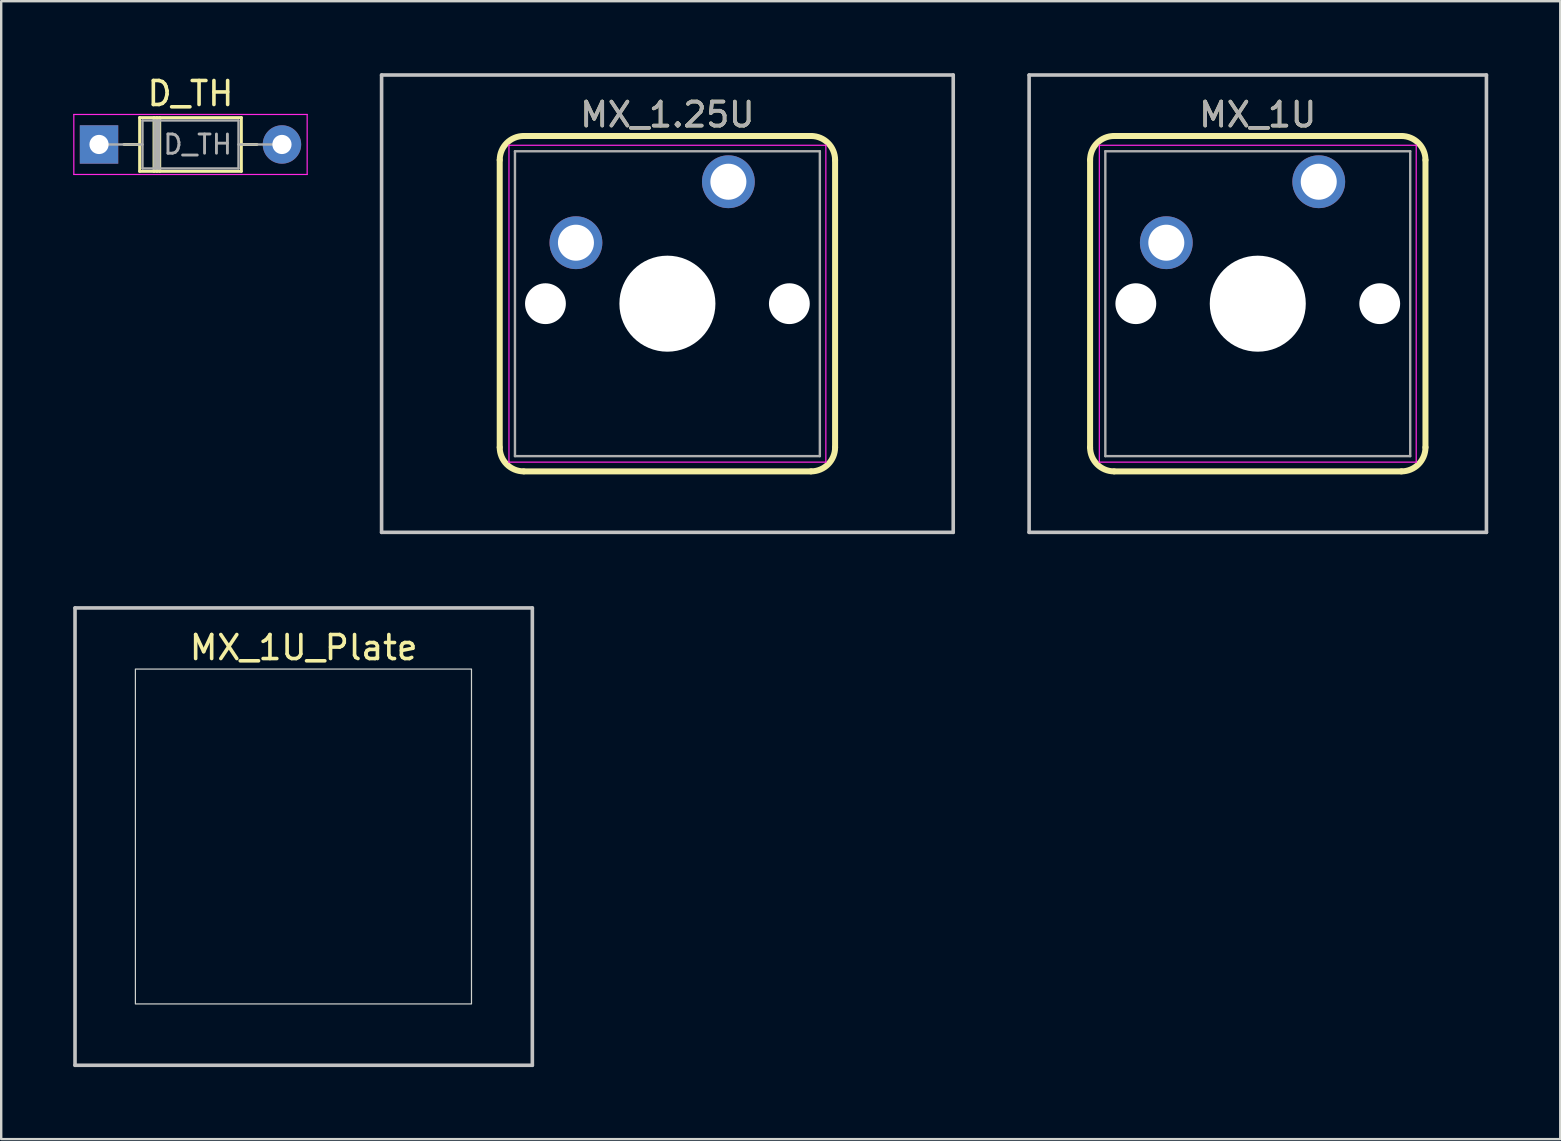
<source format=kicad_pcb>
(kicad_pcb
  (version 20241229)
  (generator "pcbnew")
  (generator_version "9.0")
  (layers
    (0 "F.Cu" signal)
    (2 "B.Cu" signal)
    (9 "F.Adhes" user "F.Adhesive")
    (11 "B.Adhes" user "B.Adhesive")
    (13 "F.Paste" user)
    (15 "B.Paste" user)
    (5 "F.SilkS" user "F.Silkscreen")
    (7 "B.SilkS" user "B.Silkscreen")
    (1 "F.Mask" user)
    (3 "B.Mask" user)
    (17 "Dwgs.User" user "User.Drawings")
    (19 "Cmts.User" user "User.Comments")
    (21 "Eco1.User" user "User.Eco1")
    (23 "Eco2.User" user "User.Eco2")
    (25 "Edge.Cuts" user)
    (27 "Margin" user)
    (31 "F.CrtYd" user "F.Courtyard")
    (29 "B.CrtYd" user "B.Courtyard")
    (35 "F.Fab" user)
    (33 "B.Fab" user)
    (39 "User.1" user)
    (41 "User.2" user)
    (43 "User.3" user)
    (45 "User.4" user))
  (footprint "MX_1U_Plate"
    (layer "F.Cu")
    (at 12.14 26.72)
    (property "Reference" "MX_1U_Plate" (at -2.54 -2.794 0) (layer "F.SilkS") (effects (font (size 1 1) (thickness 0.15))))
    (attr through_hole)
    (fp_line (start -12.065 -4.445) (end 6.985 -4.445) (stroke (width 0.15) (type solid)) (layer "Dwgs.User"))
    (fp_line (start -12.065 14.605) (end -12.065 -4.445) (stroke (width 0.15) (type solid)) (layer "Dwgs.User"))
    (fp_line (start 6.985 -4.445) (end 6.985 14.605) (stroke (width 0.15) (type solid)) (layer "Dwgs.User"))
    (fp_line (start 6.985 14.605) (end -12.065 14.605) (stroke (width 0.15) (type solid)) (layer "Dwgs.User"))
    (fp_rect (start -9.55 -1.9) (end 4.45 12.05) (stroke (width 0.05) (type default)) (fill no) (layer "Edge.Cuts")))
  (footprint "D_TH"
    (layer "F.Cu")
    (at 1.075 2.968)
    (property "Reference" "D_TH" (at 3.81 -2.12 0) (layer "F.SilkS") (effects (font (size 1 1) (thickness 0.15))))
    (attr through_hole)
    (fp_line (start 1.04 0) (end 1.69 0) (stroke (width 0.12) (type solid)) (layer "F.SilkS"))
    (fp_line (start 1.69 -1.12) (end 1.69 1.12) (stroke (width 0.12) (type solid)) (layer "F.SilkS"))
    (fp_line (start 1.69 1.12) (end 5.93 1.12) (stroke (width 0.12) (type solid)) (layer "F.SilkS"))
    (fp_line (start 2.29 -1.12) (end 2.29 1.12) (stroke (width 0.12) (type solid)) (layer "F.SilkS"))
    (fp_line (start 2.41 -1.12) (end 2.41 1.12) (stroke (width 0.12) (type solid)) (layer "F.SilkS"))
    (fp_line (start 2.53 -1.12) (end 2.53 1.12) (stroke (width 0.12) (type solid)) (layer "F.SilkS"))
    (fp_line (start 5.93 -1.12) (end 1.69 -1.12) (stroke (width 0.12) (type solid)) (layer "F.SilkS"))
    (fp_line (start 5.93 1.12) (end 5.93 -1.12) (stroke (width 0.12) (type solid)) (layer "F.SilkS"))
    (fp_line (start 6.58 0) (end 5.93 0) (stroke (width 0.12) (type solid)) (layer "F.SilkS"))
    (fp_line (start -1.05 -1.25) (end -1.05 1.25) (stroke (width 0.05) (type solid)) (layer "F.CrtYd"))
    (fp_line (start -1.05 1.25) (end 8.67 1.25) (stroke (width 0.05) (type solid)) (layer "F.CrtYd"))
    (fp_line (start 8.67 -1.25) (end -1.05 -1.25) (stroke (width 0.05) (type solid)) (layer "F.CrtYd"))
    (fp_line (start 8.67 1.25) (end 8.67 -1.25) (stroke (width 0.05) (type solid)) (layer "F.CrtYd"))
    (fp_line (start 0 0) (end 1.81 0) (stroke (width 0.1) (type solid)) (layer "F.Fab"))
    (fp_line (start 1.81 -1) (end 1.81 1) (stroke (width 0.1) (type solid)) (layer "F.Fab"))
    (fp_line (start 1.81 1) (end 5.81 1) (stroke (width 0.1) (type solid)) (layer "F.Fab"))
    (fp_line (start 2.31 -1) (end 2.31 1) (stroke (width 0.1) (type solid)) (layer "F.Fab"))
    (fp_line (start 2.41 -1) (end 2.41 1) (stroke (width 0.1) (type solid)) (layer "F.Fab"))
    (fp_line (start 2.51 -1) (end 2.51 1) (stroke (width 0.1) (type solid)) (layer "F.Fab"))
    (fp_line (start 5.81 -1) (end 1.81 -1) (stroke (width 0.1) (type solid)) (layer "F.Fab"))
    (fp_line (start 5.81 1) (end 5.81 -1) (stroke (width 0.1) (type solid)) (layer "F.Fab"))
    (fp_line (start 7.62 0) (end 5.81 0) (stroke (width 0.1) (type solid)) (layer "F.Fab"))
    (fp_text user "${REFERENCE}" (at 4.11 0 0) (layer "F.Fab") (effects (font (size 0.8 0.8) (thickness 0.12))))
    (pad "1" thru_hole rect (at 0 0) (size 1.6 1.6) (drill 0.8) (layers "*.Cu" "*.Mask"))
    (pad "2" thru_hole oval (at 7.62 0) (size 1.6 1.6) (drill 0.8) (layers "*.Cu" "*.Mask")))
  (footprint "MX_1U"
    (layer "F.Cu")
    (at 51.883 4.52)
    (property "Reference" "MX_1U" (at -2.54 -2.794 0) (layer "F.SilkS") (effects (font (size 1 1) (thickness 0.15))))
    (attr through_hole)
    (fp_line (start -9.525 11.065) (end -9.525 -0.905) (stroke (width 0.25) (type default)) (layer "F.SilkS"))
    (fp_line (start -8.525 -1.905) (end 3.445 -1.905) (stroke (width 0.25) (type default)) (layer "F.SilkS"))
    (fp_line (start 3.445 12.065) (end -8.525 12.065) (stroke (width 0.25) (type default)) (layer "F.SilkS"))
    (fp_line (start 4.445 -0.905) (end 4.445 11.065) (stroke (width 0.25) (type default)) (layer "F.SilkS"))
    (fp_arc (start -9.525 -0.905) (mid -9.232107 -1.612107) (end -8.525 -1.905) (stroke (width 0.25) (type default)) (layer "F.SilkS"))
    (fp_arc (start -8.525 12.065) (mid -9.232107 11.772107) (end -9.525 11.065) (stroke (width 0.25) (type default)) (layer "F.SilkS"))
    (fp_arc (start 3.445 -1.905) (mid 4.152107 -1.612107) (end 4.445 -0.905) (stroke (width 0.25) (type default)) (layer "F.SilkS"))
    (fp_arc (start 4.445 11.065) (mid 4.152107 11.772107) (end 3.445 12.065) (stroke (width 0.25) (type default)) (layer "F.SilkS"))
    (fp_line (start -12.065 -4.445) (end 6.985 -4.445) (stroke (width 0.15) (type solid)) (layer "Dwgs.User"))
    (fp_line (start -12.065 14.605) (end -12.065 -4.445) (stroke (width 0.15) (type solid)) (layer "Dwgs.User"))
    (fp_line (start 6.985 -4.445) (end 6.985 14.605) (stroke (width 0.15) (type solid)) (layer "Dwgs.User"))
    (fp_line (start 6.985 14.605) (end -12.065 14.605) (stroke (width 0.15) (type solid)) (layer "Dwgs.User"))
    (fp_line (start -9.14 -1.52) (end 4.06 -1.52) (stroke (width 0.05) (type solid)) (layer "F.CrtYd"))
    (fp_line (start -9.14 11.68) (end -9.14 -1.52) (stroke (width 0.05) (type solid)) (layer "F.CrtYd"))
    (fp_line (start 4.06 -1.52) (end 4.06 11.68) (stroke (width 0.05) (type solid)) (layer "F.CrtYd"))
    (fp_line (start 4.06 11.68) (end -9.14 11.68) (stroke (width 0.05) (type solid)) (layer "F.CrtYd"))
    (fp_line (start -8.89 -1.27) (end 3.81 -1.27) (stroke (width 0.1) (type solid)) (layer "F.Fab"))
    (fp_line (start -8.89 11.43) (end -8.89 -1.27) (stroke (width 0.1) (type solid)) (layer "F.Fab"))
    (fp_line (start 3.81 -1.27) (end 3.81 11.43) (stroke (width 0.1) (type solid)) (layer "F.Fab"))
    (fp_line (start 3.81 11.43) (end -8.89 11.43) (stroke (width 0.1) (type solid)) (layer "F.Fab"))
    (fp_line (start 7 5.1) (end -12.1 5.1) (stroke (width 0.1) (type default)) (layer "User.9"))
    (fp_text user "${REFERENCE}" (at -2.54 -2.794 0) (layer "F.Fab") (effects (font (size 1 1) (thickness 0.15))))
    (pad "" np_thru_hole circle (at -7.62 5.08) (size 1.7 1.7) (drill 1.7) (layers "*.Cu" "*.Mask"))
    (pad "" np_thru_hole circle (at -2.54 5.08) (size 4 4) (drill 4) (layers "*.Cu" "*.Mask"))
    (pad "" np_thru_hole circle (at 2.54 5.08) (size 1.7 1.7) (drill 1.7) (layers "*.Cu" "*.Mask"))
    (pad "1" thru_hole circle (at 0 0) (size 2.2 2.2) (drill 1.5) (layers "*.Cu" "*.Mask"))
    (pad "2" thru_hole circle (at -6.35 2.54) (size 2.2 2.2) (drill 1.5) (layers "*.Cu" "*.Mask")))
  (footprint "MX_1.25U"
    (layer "F.Cu")
    (at 27.291 4.52)
    (property "Reference" "MX_1.25U" (at -2.54 -2.794 0) (layer "F.SilkS") (effects (font (size 1 1) (thickness 0.15))))
    (attr through_hole)
    (fp_line (start -9.525 11.065) (end -9.525 -0.905) (stroke (width 0.25) (type default)) (layer "F.SilkS"))
    (fp_line (start -8.525 -1.905) (end 3.445 -1.905) (stroke (width 0.25) (type default)) (layer "F.SilkS"))
    (fp_line (start 3.445 12.065) (end -8.525 12.065) (stroke (width 0.25) (type default)) (layer "F.SilkS"))
    (fp_line (start 4.445 -0.905) (end 4.445 11.065) (stroke (width 0.25) (type default)) (layer "F.SilkS"))
    (fp_arc (start -9.525 -0.905) (mid -9.232107 -1.612107) (end -8.525 -1.905) (stroke (width 0.25) (type default)) (layer "F.SilkS"))
    (fp_arc (start -8.525 12.065) (mid -9.232107 11.772107) (end -9.525 11.065) (stroke (width 0.25) (type default)) (layer "F.SilkS"))
    (fp_arc (start 3.445 -1.905) (mid 4.152107 -1.612107) (end 4.445 -0.905) (stroke (width 0.25) (type default)) (layer "F.SilkS"))
    (fp_arc (start 4.445 11.065) (mid 4.152107 11.772107) (end 3.445 12.065) (stroke (width 0.25) (type default)) (layer "F.SilkS"))
    (fp_line (start -14.446 -4.445) (end 9.366 -4.445) (stroke (width 0.15) (type solid)) (layer "Dwgs.User"))
    (fp_line (start -14.446 14.605) (end -14.446 -4.445) (stroke (width 0.15) (type solid)) (layer "Dwgs.User"))
    (fp_line (start 9.366 -4.445) (end 9.366 14.605) (stroke (width 0.15) (type solid)) (layer "Dwgs.User"))
    (fp_line (start 9.366 14.605) (end -14.446 14.605) (stroke (width 0.15) (type solid)) (layer "Dwgs.User"))
    (fp_line (start -9.14 -1.52) (end 4.06 -1.52) (stroke (width 0.05) (type solid)) (layer "F.CrtYd"))
    (fp_line (start -9.14 11.68) (end -9.14 -1.52) (stroke (width 0.05) (type solid)) (layer "F.CrtYd"))
    (fp_line (start 4.06 -1.52) (end 4.06 11.68) (stroke (width 0.05) (type solid)) (layer "F.CrtYd"))
    (fp_line (start 4.06 11.68) (end -9.14 11.68) (stroke (width 0.05) (type solid)) (layer "F.CrtYd"))
    (fp_line (start -8.89 -1.27) (end 3.81 -1.27) (stroke (width 0.1) (type solid)) (layer "F.Fab"))
    (fp_line (start -8.89 11.43) (end -8.89 -1.27) (stroke (width 0.1) (type solid)) (layer "F.Fab"))
    (fp_line (start 3.81 -1.27) (end 3.81 11.43) (stroke (width 0.1) (type solid)) (layer "F.Fab"))
    (fp_line (start 3.81 11.43) (end -8.89 11.43) (stroke (width 0.1) (type solid)) (layer "F.Fab"))
    (fp_text user "${REFERENCE}" (at -2.54 -2.794 0) (layer "F.Fab") (effects (font (size 1 1) (thickness 0.15))))
    (pad "" np_thru_hole circle (at -7.62 5.08) (size 1.7 1.7) (drill 1.7) (layers "*.Cu" "*.Mask"))
    (pad "" np_thru_hole circle (at -2.54 5.08) (size 4 4) (drill 4) (layers "*.Cu" "*.Mask"))
    (pad "" np_thru_hole circle (at 2.54 5.08) (size 1.7 1.7) (drill 1.7) (layers "*.Cu" "*.Mask"))
    (pad "1" thru_hole circle (at 0 0) (size 2.2 2.2) (drill 1.5) (layers "*.Cu" "*.Mask"))
    (pad "2" thru_hole circle (at -6.35 2.54) (size 2.2 2.2) (drill 1.5) (layers "*.Cu" "*.Mask")))
  (gr_rect
    (start -3 -3)
    (end 61.943 44.4)
    (stroke (width 0.1) (type default))
    (fill no)
    (layer "Edge.Cuts")))
</source>
